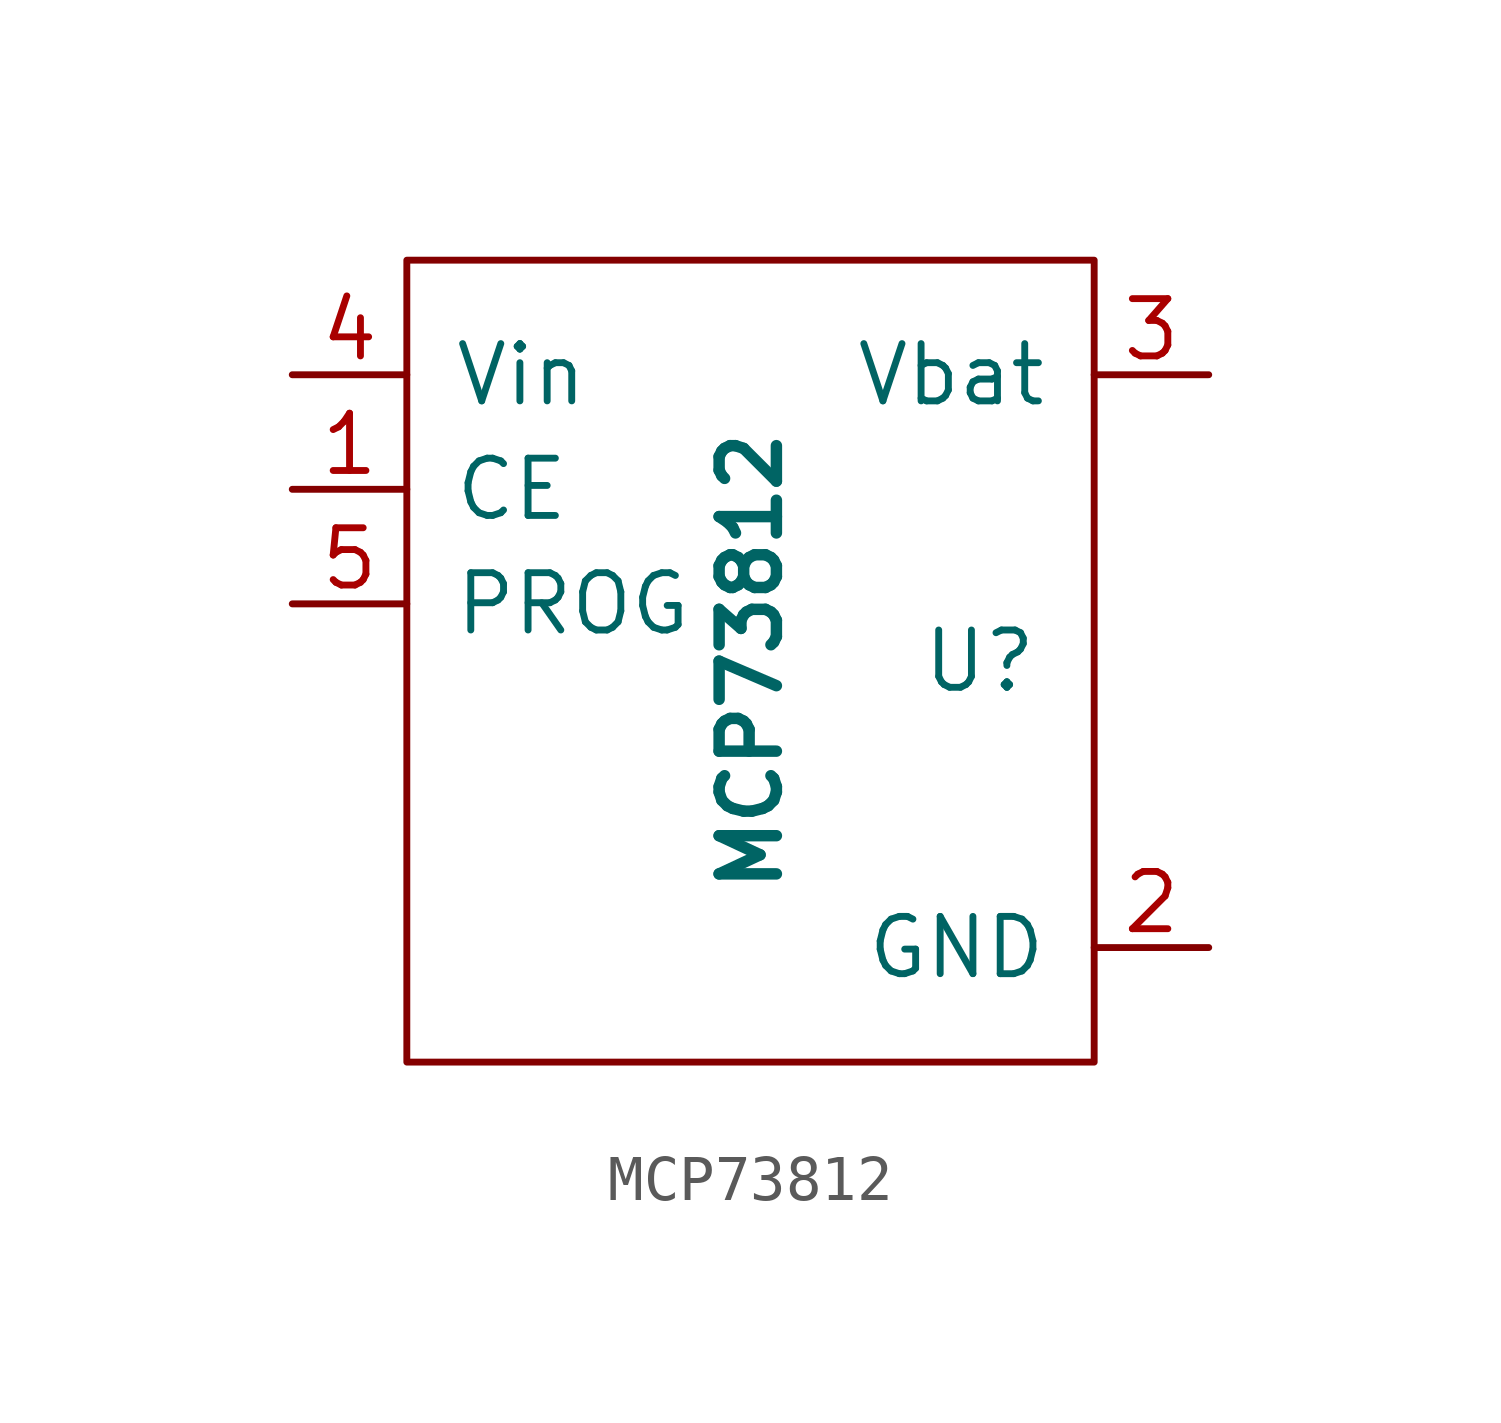
<source format=kicad_sym>
(kicad_symbol_lib
  (version 20231120)
  (generator "kicad_symbol_editor")
  (generator_version "8.0")
  (symbol "MCP73812"
    (pin_names
      (offset 1.016))
    (property "Reference" "U"
      (at 5.08 0 0)
      (effects (font (size 1.27 1.27))))
    (property "Value" "MCP73812"
      (at 0 0 90)
      (effects (font (size 1.27 1.27) (bold yes))))
    (symbol "MCP73812_0_1"
      (rectangle (start -7.62 8.89) (end 7.62 -8.89) (stroke (width 0) (type default)) (fill (type none))))
    (symbol "MCP73812_1_1"
      (pin passive line (at -10.16 3.81 0) (length 2.54) (name "CE" (effects (font (size 1.27 1.27)))) (number "1" (effects (font (size 1.27 1.27)))))
      (pin passive line (at 10.16 -6.35 180) (length 2.54) (name "GND" (effects (font (size 1.27 1.27)))) (number "2" (effects (font (size 1.27 1.27)))))
      (pin passive line (at 10.16 6.35 180) (length 2.54) (name "Vbat" (effects (font (size 1.27 1.27)))) (number "3" (effects (font (size 1.27 1.27)))))
      (pin passive line (at -10.16 6.35 0) (length 2.54) (name "Vin" (effects (font (size 1.27 1.27)))) (number "4" (effects (font (size 1.27 1.27)))))
      (pin passive line (at -10.16 1.27 0) (length 2.54) (name "PROG" (effects (font (size 1.27 1.27)))) (number "5" (effects (font (size 1.27 1.27))))))))
</source>
